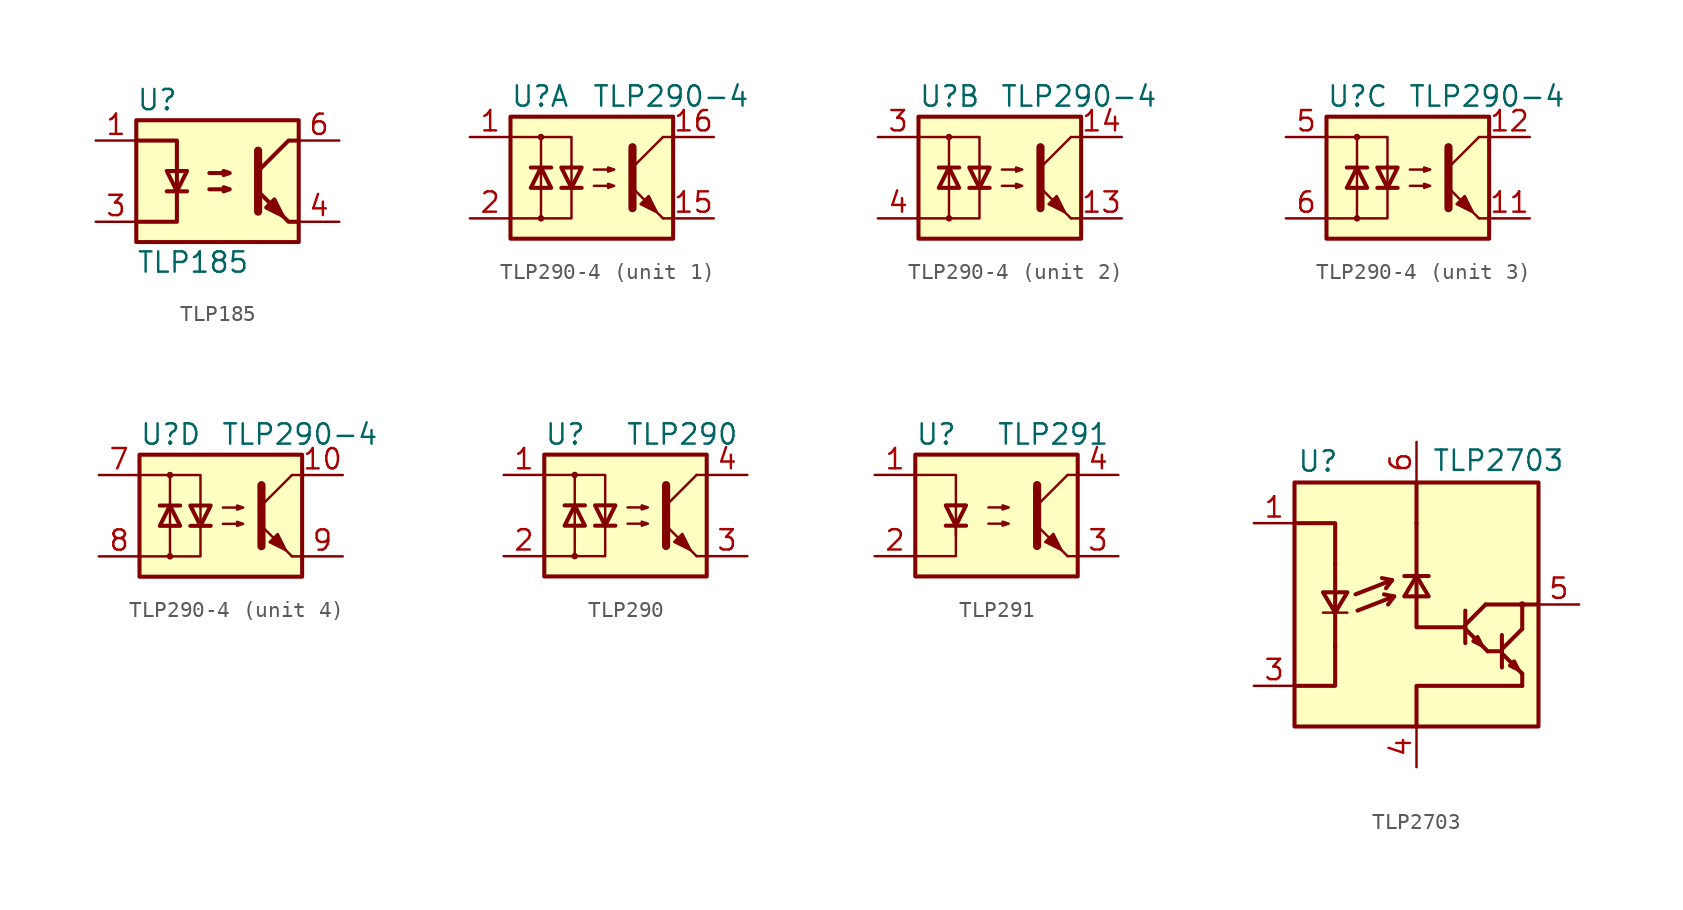
<source format=kicad_sym>
(kicad_symbol_lib
  (version 20241209)
  (generator "kicad_symbol_editor")
  (generator_version "9.0")
  (symbol "TLP185"
    (property "Reference" "U"
      (at -5.08 5.08 0)
      (effects (font (size 1.27 1.27)) (justify left)))
    (property "Value" "TLP185"
      (at -5.08 -5.08 0)
      (effects (font (size 1.27 1.27)) (justify left)))
    (symbol "TLP185_0_1"
      (rectangle (start -5.08 3.81) (end 5.08 -3.81) (stroke (width 0.254) (type default)) (fill (type background)))
      (polyline (pts (xy -5.08 -2.54) (xy -2.54 -2.54) (xy -2.54 2.54) (xy -5.08 2.54)) (stroke (width 0.254) (type default)) (fill (type none)))
      (polyline (pts (xy -3.175 -0.635) (xy -1.905 -0.635)) (stroke (width 0.254) (type default)) (fill (type none)))
      (polyline (pts (xy -2.54 -0.635) (xy -3.175 0.635) (xy -1.905 0.635) (xy -2.54 -0.635)) (stroke (width 0.254) (type default)) (fill (type none)))
      (polyline (pts (xy -0.508 0.508) (xy 0.762 0.508) (xy 0.381 0.381) (xy 0.381 0.635) (xy 0.762 0.508)) (stroke (width 0.254) (type default)) (fill (type none)))
      (polyline (pts (xy -0.508 -0.508) (xy 0.762 -0.508) (xy 0.381 -0.635) (xy 0.381 -0.381) (xy 0.762 -0.508)) (stroke (width 0.254) (type default)) (fill (type none)))
      (polyline (pts (xy 2.54 1.905) (xy 2.54 -1.905) (xy 2.54 -1.905)) (stroke (width 0.508) (type default)) (fill (type none)))
      (polyline (pts (xy 3.048 -1.651) (xy 3.556 -1.143) (xy 4.064 -2.159) (xy 3.048 -1.651) (xy 3.048 -1.651)) (stroke (width 0.254) (type default)) (fill (type outline)))
      (polyline (pts (xy 5.08 2.54) (xy 4.445 2.54) (xy 2.54 0.635)) (stroke (width 0.254) (type default)) (fill (type none)))
      (polyline (pts (xy 5.08 -2.54) (xy 4.445 -2.54) (xy 2.54 -0.635)) (stroke (width 0.254) (type default)) (fill (type none))))
    (symbol "TLP185_1_1"
      (pin passive line (at -7.62 2.54 0) (length 2.54) (name "~" (effects (font (size 1.27 1.27)))) (number "1" (effects (font (size 1.27 1.27)))))
      (pin passive line (at -7.62 -2.54 0) (length 2.54) (name "~" (effects (font (size 1.27 1.27)))) (number "3" (effects (font (size 1.27 1.27)))))
      (pin passive line (at 7.62 2.54 180) (length 2.54) (name "~" (effects (font (size 1.27 1.27)))) (number "6" (effects (font (size 1.27 1.27)))))
      (pin passive line (at 7.62 -2.54 180) (length 2.54) (name "~" (effects (font (size 1.27 1.27)))) (number "4" (effects (font (size 1.27 1.27)))))))
  (symbol "TLP290-4"
    (pin_names
      (offset 1.016))
    (property "Reference" "U"
      (at -5.08 5.08 0)
      (effects (font (size 1.27 1.27)) (justify left)))
    (property "Value" "TLP290-4"
      (at 0 5.08 0)
      (effects (font (size 1.27 1.27)) (justify left)))
    (symbol "TLP290-4_0_1"
      (rectangle (start -5.08 3.81) (end 5.08 -3.81) (stroke (width 0.254) (type default)) (fill (type background)))
      (polyline (pts (xy -5.08 2.54) (xy -1.27 2.54) (xy -1.27 -0.635)) (stroke (width 0) (type default)) (fill (type none)))
      (polyline (pts (xy -3.81 0.635) (xy -2.54 0.635)) (stroke (width 0.254) (type default)) (fill (type none)))
      (circle (center -3.175 2.54) (radius 0.127) (stroke (width 0) (type default)) (fill (type none)))
      (polyline (pts (xy -3.175 0.635) (xy -3.81 -0.635) (xy -2.54 -0.635) (xy -3.175 0.635)) (stroke (width 0.254) (type default)) (fill (type none)))
      (polyline (pts (xy -3.175 -0.635) (xy -3.175 2.54)) (stroke (width 0) (type default)) (fill (type none)))
      (polyline (pts (xy -3.175 -0.635) (xy -3.175 -2.54)) (stroke (width 0) (type default)) (fill (type none)))
      (circle (center -3.175 -2.54) (radius 0.127) (stroke (width 0) (type default)) (fill (type none)))
      (polyline (pts (xy -1.905 -0.635) (xy -0.635 -0.635)) (stroke (width 0.254) (type default)) (fill (type none)))
      (polyline (pts (xy -1.27 -0.635) (xy -1.27 -2.54) (xy -5.08 -2.54)) (stroke (width 0) (type default)) (fill (type none)))
      (polyline (pts (xy -1.27 -0.635) (xy -1.905 0.635) (xy -0.635 0.635) (xy -1.27 -0.635)) (stroke (width 0.254) (type default)) (fill (type none)))
      (polyline (pts (xy 0.127 0.508) (xy 1.397 0.508) (xy 1.016 0.381) (xy 1.016 0.635) (xy 1.397 0.508)) (stroke (width 0) (type default)) (fill (type none)))
      (polyline (pts (xy 0.127 -0.508) (xy 1.397 -0.508) (xy 1.016 -0.635) (xy 1.016 -0.381) (xy 1.397 -0.508)) (stroke (width 0) (type default)) (fill (type none)))
      (polyline (pts (xy 2.54 1.905) (xy 2.54 -1.905) (xy 2.54 -1.905)) (stroke (width 0.508) (type default)) (fill (type none)))
      (polyline (pts (xy 2.54 0.635) (xy 4.445 2.54)) (stroke (width 0) (type default)) (fill (type none)))
      (polyline (pts (xy 3.048 -1.651) (xy 3.556 -1.143) (xy 4.064 -2.159) (xy 3.048 -1.651) (xy 3.048 -1.651)) (stroke (width 0) (type default)) (fill (type outline)))
      (polyline (pts (xy 4.445 2.54) (xy 5.08 2.54)) (stroke (width 0) (type default)) (fill (type none)))
      (polyline (pts (xy 4.445 -2.54) (xy 2.54 -0.635)) (stroke (width 0) (type default)) (fill (type outline)))
      (polyline (pts (xy 4.445 -2.54) (xy 5.08 -2.54)) (stroke (width 0) (type default)) (fill (type none))))
    (symbol "TLP290-4_1_1"
      (pin passive line (at -7.62 2.54 0) (length 2.54) (name "~" (effects (font (size 1.27 1.27)))) (number "1" (effects (font (size 1.27 1.27)))))
      (pin passive line (at -7.62 -2.54 0) (length 2.54) (name "~" (effects (font (size 1.27 1.27)))) (number "2" (effects (font (size 1.27 1.27)))))
      (pin passive line (at 7.62 2.54 180) (length 2.54) (name "~" (effects (font (size 1.27 1.27)))) (number "16" (effects (font (size 1.27 1.27)))))
      (pin passive line (at 7.62 -2.54 180) (length 2.54) (name "~" (effects (font (size 1.27 1.27)))) (number "15" (effects (font (size 1.27 1.27))))))
    (symbol "TLP290-4_2_1"
      (pin passive line (at -7.62 2.54 0) (length 2.54) (name "~" (effects (font (size 1.27 1.27)))) (number "3" (effects (font (size 1.27 1.27)))))
      (pin passive line (at -7.62 -2.54 0) (length 2.54) (name "~" (effects (font (size 1.27 1.27)))) (number "4" (effects (font (size 1.27 1.27)))))
      (pin passive line (at 7.62 2.54 180) (length 2.54) (name "~" (effects (font (size 1.27 1.27)))) (number "14" (effects (font (size 1.27 1.27)))))
      (pin passive line (at 7.62 -2.54 180) (length 2.54) (name "~" (effects (font (size 1.27 1.27)))) (number "13" (effects (font (size 1.27 1.27))))))
    (symbol "TLP290-4_3_1"
      (pin passive line (at -7.62 2.54 0) (length 2.54) (name "~" (effects (font (size 1.27 1.27)))) (number "5" (effects (font (size 1.27 1.27)))))
      (pin passive line (at -7.62 -2.54 0) (length 2.54) (name "~" (effects (font (size 1.27 1.27)))) (number "6" (effects (font (size 1.27 1.27)))))
      (pin passive line (at 7.62 2.54 180) (length 2.54) (name "~" (effects (font (size 1.27 1.27)))) (number "12" (effects (font (size 1.27 1.27)))))
      (pin passive line (at 7.62 -2.54 180) (length 2.54) (name "~" (effects (font (size 1.27 1.27)))) (number "11" (effects (font (size 1.27 1.27))))))
    (symbol "TLP290-4_4_1"
      (pin passive line (at -7.62 2.54 0) (length 2.54) (name "~" (effects (font (size 1.27 1.27)))) (number "7" (effects (font (size 1.27 1.27)))))
      (pin passive line (at -7.62 -2.54 0) (length 2.54) (name "~" (effects (font (size 1.27 1.27)))) (number "8" (effects (font (size 1.27 1.27)))))
      (pin passive line (at 7.62 2.54 180) (length 2.54) (name "~" (effects (font (size 1.27 1.27)))) (number "10" (effects (font (size 1.27 1.27)))))
      (pin passive line (at 7.62 -2.54 180) (length 2.54) (name "~" (effects (font (size 1.27 1.27)))) (number "9" (effects (font (size 1.27 1.27)))))))
  (symbol "TLP290"
    (pin_names
      (offset 1.016))
    (property "Reference" "U"
      (at -5.08 5.08 0)
      (effects (font (size 1.27 1.27)) (justify left)))
    (property "Value" "TLP290"
      (at 0 5.08 0)
      (effects (font (size 1.27 1.27)) (justify left)))
    (symbol "TLP290_0_1"
      (rectangle (start -5.08 3.81) (end 5.08 -3.81) (stroke (width 0.254) (type default)) (fill (type background)))
      (polyline (pts (xy -5.08 2.54) (xy -1.27 2.54) (xy -1.27 -0.635)) (stroke (width 0) (type default)) (fill (type none)))
      (polyline (pts (xy -3.81 0.635) (xy -2.54 0.635)) (stroke (width 0.254) (type default)) (fill (type none)))
      (circle (center -3.175 2.54) (radius 0.127) (stroke (width 0) (type default)) (fill (type none)))
      (polyline (pts (xy -3.175 0.635) (xy -3.81 -0.635) (xy -2.54 -0.635) (xy -3.175 0.635)) (stroke (width 0.254) (type default)) (fill (type none)))
      (polyline (pts (xy -3.175 -0.635) (xy -3.175 2.54)) (stroke (width 0) (type default)) (fill (type none)))
      (polyline (pts (xy -3.175 -0.635) (xy -3.175 -2.54)) (stroke (width 0) (type default)) (fill (type none)))
      (circle (center -3.175 -2.54) (radius 0.127) (stroke (width 0) (type default)) (fill (type none)))
      (polyline (pts (xy -1.905 -0.635) (xy -0.635 -0.635)) (stroke (width 0.254) (type default)) (fill (type none)))
      (polyline (pts (xy -1.27 -0.635) (xy -1.27 -2.54) (xy -5.08 -2.54)) (stroke (width 0) (type default)) (fill (type none)))
      (polyline (pts (xy -1.27 -0.635) (xy -1.905 0.635) (xy -0.635 0.635) (xy -1.27 -0.635)) (stroke (width 0.254) (type default)) (fill (type none)))
      (polyline (pts (xy 0.127 0.508) (xy 1.397 0.508) (xy 1.016 0.381) (xy 1.016 0.635) (xy 1.397 0.508)) (stroke (width 0) (type default)) (fill (type none)))
      (polyline (pts (xy 0.127 -0.508) (xy 1.397 -0.508) (xy 1.016 -0.635) (xy 1.016 -0.381) (xy 1.397 -0.508)) (stroke (width 0) (type default)) (fill (type none)))
      (polyline (pts (xy 2.54 1.905) (xy 2.54 -1.905) (xy 2.54 -1.905)) (stroke (width 0.508) (type default)) (fill (type none)))
      (polyline (pts (xy 2.54 0.635) (xy 4.445 2.54)) (stroke (width 0) (type default)) (fill (type none)))
      (polyline (pts (xy 3.048 -1.651) (xy 3.556 -1.143) (xy 4.064 -2.159) (xy 3.048 -1.651) (xy 3.048 -1.651)) (stroke (width 0) (type default)) (fill (type outline)))
      (polyline (pts (xy 4.445 2.54) (xy 5.08 2.54)) (stroke (width 0) (type default)) (fill (type none)))
      (polyline (pts (xy 4.445 -2.54) (xy 2.54 -0.635)) (stroke (width 0) (type default)) (fill (type outline)))
      (polyline (pts (xy 4.445 -2.54) (xy 5.08 -2.54)) (stroke (width 0) (type default)) (fill (type none))))
    (symbol "TLP290_1_1"
      (pin passive line (at -7.62 2.54 0) (length 2.54) (name "~" (effects (font (size 1.27 1.27)))) (number "1" (effects (font (size 1.27 1.27)))))
      (pin passive line (at -7.62 -2.54 0) (length 2.54) (name "~" (effects (font (size 1.27 1.27)))) (number "2" (effects (font (size 1.27 1.27)))))
      (pin passive line (at 7.62 2.54 180) (length 2.54) (name "~" (effects (font (size 1.27 1.27)))) (number "4" (effects (font (size 1.27 1.27)))))
      (pin passive line (at 7.62 -2.54 180) (length 2.54) (name "~" (effects (font (size 1.27 1.27)))) (number "3" (effects (font (size 1.27 1.27)))))))
  (symbol "TLP291"
    (property "Reference" "U"
      (at -5.08 5.08 0)
      (effects (font (size 1.27 1.27)) (justify left)))
    (property "Value" "TLP291"
      (at 0 5.08 0)
      (effects (font (size 1.27 1.27)) (justify left)))
    (symbol "TLP291_0_1"
      (rectangle (start -5.08 3.81) (end 5.08 -3.81) (stroke (width 0.254) (type default)) (fill (type background)))
      (polyline (pts (xy -5.08 2.54) (xy -2.54 2.54) (xy -2.54 -1.27) (xy -2.54 0.635)) (stroke (width 0) (type default)) (fill (type none)))
      (polyline (pts (xy -3.175 -0.635) (xy -1.905 -0.635)) (stroke (width 0.254) (type default)) (fill (type none)))
      (polyline (pts (xy -2.54 -0.635) (xy -2.54 -2.54) (xy -5.08 -2.54)) (stroke (width 0) (type default)) (fill (type none)))
      (polyline (pts (xy -2.54 -0.635) (xy -3.175 0.635) (xy -1.905 0.635) (xy -2.54 -0.635)) (stroke (width 0.254) (type default)) (fill (type none)))
      (polyline (pts (xy -0.508 0.508) (xy 0.762 0.508) (xy 0.381 0.381) (xy 0.381 0.635) (xy 0.762 0.508)) (stroke (width 0) (type default)) (fill (type none)))
      (polyline (pts (xy -0.508 -0.508) (xy 0.762 -0.508) (xy 0.381 -0.635) (xy 0.381 -0.381) (xy 0.762 -0.508)) (stroke (width 0) (type default)) (fill (type none)))
      (polyline (pts (xy 2.54 1.905) (xy 2.54 -1.905) (xy 2.54 -1.905)) (stroke (width 0.508) (type default)) (fill (type none)))
      (polyline (pts (xy 2.54 0.635) (xy 4.445 2.54)) (stroke (width 0) (type default)) (fill (type none)))
      (polyline (pts (xy 3.048 -1.651) (xy 3.556 -1.143) (xy 4.064 -2.159) (xy 3.048 -1.651) (xy 3.048 -1.651)) (stroke (width 0) (type default)) (fill (type outline)))
      (polyline (pts (xy 4.445 2.54) (xy 5.08 2.54)) (stroke (width 0) (type default)) (fill (type none)))
      (polyline (pts (xy 4.445 -2.54) (xy 2.54 -0.635)) (stroke (width 0) (type default)) (fill (type outline)))
      (polyline (pts (xy 4.445 -2.54) (xy 5.08 -2.54)) (stroke (width 0) (type default)) (fill (type none))))
    (symbol "TLP291_1_1"
      (pin passive line (at -7.62 2.54 0) (length 2.54) (name "~" (effects (font (size 1.27 1.27)))) (number "1" (effects (font (size 1.27 1.27)))))
      (pin passive line (at -7.62 -2.54 0) (length 2.54) (name "~" (effects (font (size 1.27 1.27)))) (number "2" (effects (font (size 1.27 1.27)))))
      (pin passive line (at 7.62 2.54 180) (length 2.54) (name "~" (effects (font (size 1.27 1.27)))) (number "4" (effects (font (size 1.27 1.27)))))
      (pin passive line (at 7.62 -2.54 180) (length 2.54) (name "~" (effects (font (size 1.27 1.27)))) (number "3" (effects (font (size 1.27 1.27)))))))
  (symbol "TLP2703"
    (pin_names
      (offset 1.016)
      (hide yes))
    (property "Reference" "U"
      (at -7.468 8.941 0)
      (effects (font (size 1.27 1.27)) (justify left)))
    (property "Value" "TLP2703"
      (at 0.965 8.992 0)
      (effects (font (size 1.27 1.27)) (justify left)))
    (symbol "TLP2703_0_1"
      (rectangle (start -7.62 7.62) (end 7.62 -7.62) (stroke (width 0.254) (type default)) (fill (type background)))
      (polyline (pts (xy -7.62 5.08) (xy -5.08 5.08) (xy -5.08 2.54)) (stroke (width 0.254) (type default)) (fill (type none)))
      (polyline (pts (xy -7.62 -5.08) (xy -5.08 -5.08) (xy -5.08 -2.54)) (stroke (width 0.254) (type default)) (fill (type none)))
      (polyline (pts (xy -5.842 0.762) (xy -4.318 0.762) (xy -5.08 -0.508) (xy -5.842 0.762)) (stroke (width 0.254) (type default)) (fill (type none)))
      (polyline (pts (xy -5.842 -0.508) (xy -4.318 -0.508)) (stroke (width 0) (type default)) (fill (type none)))
      (polyline (pts (xy -5.08 2.591) (xy -5.08 0.864)) (stroke (width 0.254) (type default)) (fill (type none)))
      (polyline (pts (xy -5.08 0.762) (xy -5.08 -0.508)) (stroke (width 0.254) (type default)) (fill (type none)))
      (polyline (pts (xy -5.08 -2.642) (xy -5.08 -0.61)) (stroke (width 0.254) (type default)) (fill (type none)))
      (polyline (pts (xy -3.81 0.635) (xy -1.524 1.524) (xy -2.159 1.651)) (stroke (width 0.254) (type default)) (fill (type none)))
      (polyline (pts (xy -3.683 -0.381) (xy -1.397 0.508) (xy -2.032 0.635)) (stroke (width 0.254) (type default)) (fill (type none)))
      (polyline (pts (xy -1.524 1.524) (xy -1.905 1.016)) (stroke (width 0.254) (type default)) (fill (type none)))
      (polyline (pts (xy -1.397 0.508) (xy -1.778 0)) (stroke (width 0.254) (type default)) (fill (type none)))
      (polyline (pts (xy -0.762 1.778) (xy 0.762 1.778)) (stroke (width 0.254) (type default)) (fill (type none)))
      (polyline (pts (xy 0 7.62) (xy 0 5.08)) (stroke (width 0.254) (type default)) (fill (type none)))
      (polyline (pts (xy 0 1.93) (xy 0 5.08)) (stroke (width 0.254) (type default)) (fill (type none)))
      (polyline (pts (xy 0 1.778) (xy 0 0.508)) (stroke (width 0.254) (type default)) (fill (type none)))
      (polyline (pts (xy 0 1.778) (xy -0.762 0.508) (xy 0.762 0.508) (xy 0 1.778)) (stroke (width 0.254) (type default)) (fill (type none)))
      (polyline (pts (xy 0 0.508) (xy 0 -1.422) (xy 3.048 -1.422)) (stroke (width 0.254) (type default)) (fill (type none)))
      (polyline (pts (xy 0 -7.62) (xy 0 -5.08)) (stroke (width 0.254) (type default)) (fill (type none)))
      (polyline (pts (xy 0.102 -5.08) (xy 6.604 -5.08)) (stroke (width 0.254) (type default)) (fill (type none)))
      (polyline (pts (xy 3.048 -0.381) (xy 3.048 -2.413)) (stroke (width 0.254) (type default)) (fill (type none)))
      (polyline (pts (xy 3.048 -1.27) (xy 4.318 0)) (stroke (width 0.254) (type default)) (fill (type none)))
      (polyline (pts (xy 3.048 -1.524) (xy 4.445 -2.921)) (stroke (width 0.254) (type default)) (fill (type none)))
      (polyline (pts (xy 4.064 -2.54) (xy 3.81 -2.032) (xy 3.556 -2.286) (xy 4.064 -2.54)) (stroke (width 0.254) (type default)) (fill (type none)))
      (polyline (pts (xy 4.318 0) (xy 7.62 0)) (stroke (width 0.254) (type default)) (fill (type none)))
      (polyline (pts (xy 5.334 -1.905) (xy 5.334 -3.937) (xy 5.334 -3.937)) (stroke (width 0.254) (type default)) (fill (type none)))
      (polyline (pts (xy 5.334 -2.794) (xy 6.604 -1.524)) (stroke (width 0.254) (type default)) (fill (type none)))
      (polyline (pts (xy 5.334 -2.921) (xy 4.445 -2.921)) (stroke (width 0.254) (type default)) (fill (type none)))
      (polyline (pts (xy 5.334 -3.048) (xy 6.604 -4.318)) (stroke (width 0.254) (type default)) (fill (type none)))
      (polyline (pts (xy 6.35 -4.064) (xy 6.096 -3.556) (xy 5.842 -3.81) (xy 6.35 -4.064)) (stroke (width 0.254) (type default)) (fill (type none)))
      (circle (center 6.604 0) (radius 0.127) (stroke (width 0) (type default)) (fill (type none)))
      (polyline (pts (xy 6.604 -1.524) (xy 6.604 0)) (stroke (width 0.254) (type default)) (fill (type none)))
      (polyline (pts (xy 6.604 -4.318) (xy 6.604 -5.08)) (stroke (width 0.254) (type default)) (fill (type none))))
    (symbol "TLP2703_1_1"
      (pin passive line (at -10.16 5.08 0) (length 2.54) (name "A" (effects (font (size 1.27 1.27)))) (number "1" (effects (font (size 1.27 1.27)))))
      (pin passive line (at -10.16 -5.08 0) (length 2.54) (name "K" (effects (font (size 1.27 1.27)))) (number "3" (effects (font (size 1.27 1.27)))))
      (pin no_connect line (at -7.62 0 0) (length 2.54) (hide yes) (name "NC" (effects (font (size 1.27 1.27)))) (number "2" (effects (font (size 1.27 1.27)))))
      (pin power_in line (at 0 10.16 270) (length 2.54) (name "VCC" (effects (font (size 1.27 1.27)))) (number "6" (effects (font (size 1.27 1.27)))))
      (pin power_in line (at 0 -10.16 90) (length 2.54) (name "GND" (effects (font (size 1.27 1.27)))) (number "4" (effects (font (size 1.27 1.27)))))
      (pin open_collector line (at 10.16 0 180) (length 2.54) (name "Out" (effects (font (size 1.27 1.27)))) (number "5" (effects (font (size 1.27 1.27))))))))
</source>
